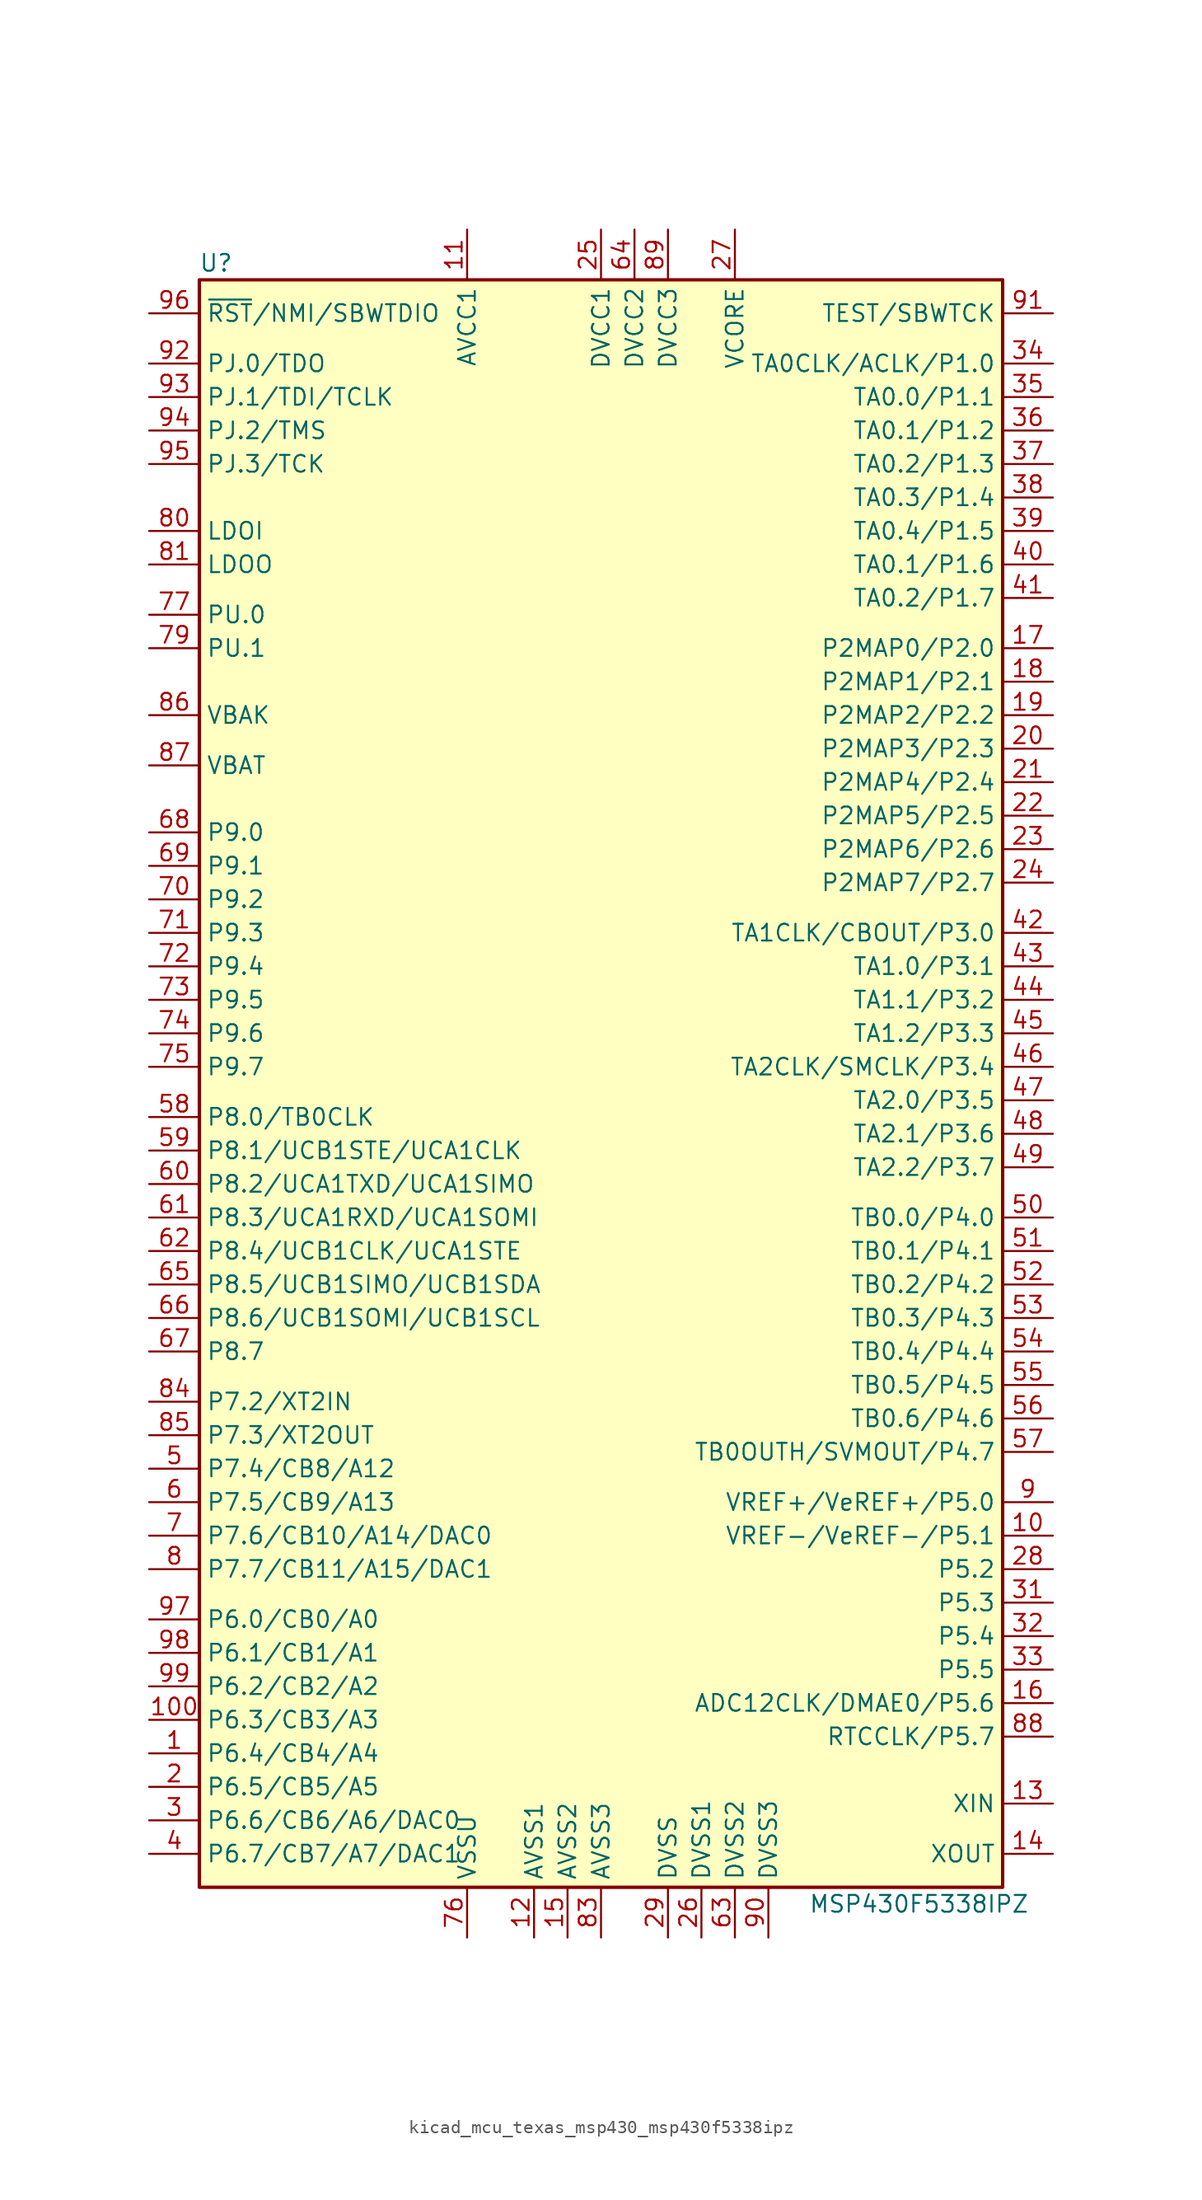
<source format=kicad_sym>
(kicad_symbol_lib
  (version 20220914)
  (generator kicad_symbol_editor)
  (symbol "kicad_mcu_texas_msp430_msp430f5338ipz"
    (property "Reference" "U"
      (at -29.21 60.96 0)
      (effects (font (size 1.27 1.27))))
    (property "Value" "MSP430F5338IPZ"
      (at 24.13 -63.5 0)
      (effects (font (size 1.27 1.27))))
    (symbol "kicad_mcu_texas_msp430_msp430f5338ipz_0_1"
      (rectangle (start -30.48 59.69) (end 30.48 -62.23) (stroke (width 0.254) (type default)) (fill (type background))))
    (symbol "kicad_mcu_texas_msp430_msp430f5338ipz_1_1"
      (pin bidirectional line (at -34.29 -52.07 0) (length 3.81) (name "P6.4/CB4/A4" (effects (font (size 1.27 1.27)))) (number "1" (effects (font (size 1.27 1.27)))))
      (pin bidirectional line (at 34.29 -35.56 180) (length 3.81) (name "VREF-/VeREF-/P5.1" (effects (font (size 1.27 1.27)))) (number "10" (effects (font (size 1.27 1.27)))))
      (pin bidirectional line (at -34.29 -49.53 0) (length 3.81) (name "P6.3/CB3/A3" (effects (font (size 1.27 1.27)))) (number "100" (effects (font (size 1.27 1.27)))))
      (pin power_in line (at -10.16 63.5 270) (length 3.81) (name "AVCC1" (effects (font (size 1.27 1.27)))) (number "11" (effects (font (size 1.27 1.27)))))
      (pin power_in line (at -5.08 -66.04 90) (length 3.81) (name "AVSS1" (effects (font (size 1.27 1.27)))) (number "12" (effects (font (size 1.27 1.27)))))
      (pin bidirectional line (at 34.29 -55.88 180) (length 3.81) (name "XIN" (effects (font (size 1.27 1.27)))) (number "13" (effects (font (size 1.27 1.27)))))
      (pin bidirectional line (at 34.29 -59.69 180) (length 3.81) (name "XOUT" (effects (font (size 1.27 1.27)))) (number "14" (effects (font (size 1.27 1.27)))))
      (pin power_in line (at -2.54 -66.04 90) (length 3.81) (name "AVSS2" (effects (font (size 1.27 1.27)))) (number "15" (effects (font (size 1.27 1.27)))))
      (pin bidirectional line (at 34.29 -48.26 180) (length 3.81) (name "ADC12CLK/DMAE0/P5.6" (effects (font (size 1.27 1.27)))) (number "16" (effects (font (size 1.27 1.27)))))
      (pin bidirectional line (at 34.29 31.75 180) (length 3.81) (name "P2MAP0/P2.0" (effects (font (size 1.27 1.27)))) (number "17" (effects (font (size 1.27 1.27)))))
      (pin bidirectional line (at 34.29 29.21 180) (length 3.81) (name "P2MAP1/P2.1" (effects (font (size 1.27 1.27)))) (number "18" (effects (font (size 1.27 1.27)))))
      (pin bidirectional line (at 34.29 26.67 180) (length 3.81) (name "P2MAP2/P2.2" (effects (font (size 1.27 1.27)))) (number "19" (effects (font (size 1.27 1.27)))))
      (pin bidirectional line (at -34.29 -54.61 0) (length 3.81) (name "P6.5/CB5/A5" (effects (font (size 1.27 1.27)))) (number "2" (effects (font (size 1.27 1.27)))))
      (pin bidirectional line (at 34.29 24.13 180) (length 3.81) (name "P2MAP3/P2.3" (effects (font (size 1.27 1.27)))) (number "20" (effects (font (size 1.27 1.27)))))
      (pin bidirectional line (at 34.29 21.59 180) (length 3.81) (name "P2MAP4/P2.4" (effects (font (size 1.27 1.27)))) (number "21" (effects (font (size 1.27 1.27)))))
      (pin bidirectional line (at 34.29 19.05 180) (length 3.81) (name "P2MAP5/P2.5" (effects (font (size 1.27 1.27)))) (number "22" (effects (font (size 1.27 1.27)))))
      (pin bidirectional line (at 34.29 16.51 180) (length 3.81) (name "P2MAP6/P2.6" (effects (font (size 1.27 1.27)))) (number "23" (effects (font (size 1.27 1.27)))))
      (pin bidirectional line (at 34.29 13.97 180) (length 3.81) (name "P2MAP7/P2.7" (effects (font (size 1.27 1.27)))) (number "24" (effects (font (size 1.27 1.27)))))
      (pin power_in line (at 0 63.5 270) (length 3.81) (name "DVCC1" (effects (font (size 1.27 1.27)))) (number "25" (effects (font (size 1.27 1.27)))))
      (pin power_in line (at 7.62 -66.04 90) (length 3.81) (name "DVSS1" (effects (font (size 1.27 1.27)))) (number "26" (effects (font (size 1.27 1.27)))))
      (pin bidirectional line (at 10.16 63.5 270) (length 3.81) (name "VCORE" (effects (font (size 1.27 1.27)))) (number "27" (effects (font (size 1.27 1.27)))))
      (pin bidirectional line (at 34.29 -38.1 180) (length 3.81) (name "P5.2" (effects (font (size 1.27 1.27)))) (number "28" (effects (font (size 1.27 1.27)))))
      (pin power_in line (at 5.08 -66.04 90) (length 3.81) (name "DVSS" (effects (font (size 1.27 1.27)))) (number "29" (effects (font (size 1.27 1.27)))))
      (pin bidirectional line (at -34.29 -57.15 0) (length 3.81) (name "P6.6/CB6/A6/DAC0" (effects (font (size 1.27 1.27)))) (number "3" (effects (font (size 1.27 1.27)))))
      (pin bidirectional line (at 34.29 -40.64 180) (length 3.81) (name "P5.3" (effects (font (size 1.27 1.27)))) (number "31" (effects (font (size 1.27 1.27)))))
      (pin bidirectional line (at 34.29 -43.18 180) (length 3.81) (name "P5.4" (effects (font (size 1.27 1.27)))) (number "32" (effects (font (size 1.27 1.27)))))
      (pin bidirectional line (at 34.29 -45.72 180) (length 3.81) (name "P5.5" (effects (font (size 1.27 1.27)))) (number "33" (effects (font (size 1.27 1.27)))))
      (pin bidirectional line (at 34.29 53.34 180) (length 3.81) (name "TA0CLK/ACLK/P1.0" (effects (font (size 1.27 1.27)))) (number "34" (effects (font (size 1.27 1.27)))))
      (pin bidirectional line (at 34.29 50.8 180) (length 3.81) (name "TA0.0/P1.1" (effects (font (size 1.27 1.27)))) (number "35" (effects (font (size 1.27 1.27)))))
      (pin bidirectional line (at 34.29 48.26 180) (length 3.81) (name "TA0.1/P1.2" (effects (font (size 1.27 1.27)))) (number "36" (effects (font (size 1.27 1.27)))))
      (pin bidirectional line (at 34.29 45.72 180) (length 3.81) (name "TA0.2/P1.3" (effects (font (size 1.27 1.27)))) (number "37" (effects (font (size 1.27 1.27)))))
      (pin bidirectional line (at 34.29 43.18 180) (length 3.81) (name "TA0.3/P1.4" (effects (font (size 1.27 1.27)))) (number "38" (effects (font (size 1.27 1.27)))))
      (pin bidirectional line (at 34.29 40.64 180) (length 3.81) (name "TA0.4/P1.5" (effects (font (size 1.27 1.27)))) (number "39" (effects (font (size 1.27 1.27)))))
      (pin bidirectional line (at -34.29 -59.69 0) (length 3.81) (name "P6.7/CB7/A7/DAC1" (effects (font (size 1.27 1.27)))) (number "4" (effects (font (size 1.27 1.27)))))
      (pin bidirectional line (at 34.29 38.1 180) (length 3.81) (name "TA0.1/P1.6" (effects (font (size 1.27 1.27)))) (number "40" (effects (font (size 1.27 1.27)))))
      (pin bidirectional line (at 34.29 35.56 180) (length 3.81) (name "TA0.2/P1.7" (effects (font (size 1.27 1.27)))) (number "41" (effects (font (size 1.27 1.27)))))
      (pin bidirectional line (at 34.29 10.16 180) (length 3.81) (name "TA1CLK/CBOUT/P3.0" (effects (font (size 1.27 1.27)))) (number "42" (effects (font (size 1.27 1.27)))))
      (pin bidirectional line (at 34.29 7.62 180) (length 3.81) (name "TA1.0/P3.1" (effects (font (size 1.27 1.27)))) (number "43" (effects (font (size 1.27 1.27)))))
      (pin bidirectional line (at 34.29 5.08 180) (length 3.81) (name "TA1.1/P3.2" (effects (font (size 1.27 1.27)))) (number "44" (effects (font (size 1.27 1.27)))))
      (pin bidirectional line (at 34.29 2.54 180) (length 3.81) (name "TA1.2/P3.3" (effects (font (size 1.27 1.27)))) (number "45" (effects (font (size 1.27 1.27)))))
      (pin bidirectional line (at 34.29 0 180) (length 3.81) (name "TA2CLK/SMCLK/P3.4" (effects (font (size 1.27 1.27)))) (number "46" (effects (font (size 1.27 1.27)))))
      (pin bidirectional line (at 34.29 -2.54 180) (length 3.81) (name "TA2.0/P3.5" (effects (font (size 1.27 1.27)))) (number "47" (effects (font (size 1.27 1.27)))))
      (pin bidirectional line (at 34.29 -5.08 180) (length 3.81) (name "TA2.1/P3.6" (effects (font (size 1.27 1.27)))) (number "48" (effects (font (size 1.27 1.27)))))
      (pin bidirectional line (at 34.29 -7.62 180) (length 3.81) (name "TA2.2/P3.7" (effects (font (size 1.27 1.27)))) (number "49" (effects (font (size 1.27 1.27)))))
      (pin bidirectional line (at -34.29 -30.48 0) (length 3.81) (name "P7.4/CB8/A12" (effects (font (size 1.27 1.27)))) (number "5" (effects (font (size 1.27 1.27)))))
      (pin bidirectional line (at 34.29 -11.43 180) (length 3.81) (name "TB0.0/P4.0" (effects (font (size 1.27 1.27)))) (number "50" (effects (font (size 1.27 1.27)))))
      (pin bidirectional line (at 34.29 -13.97 180) (length 3.81) (name "TB0.1/P4.1" (effects (font (size 1.27 1.27)))) (number "51" (effects (font (size 1.27 1.27)))))
      (pin bidirectional line (at 34.29 -16.51 180) (length 3.81) (name "TB0.2/P4.2" (effects (font (size 1.27 1.27)))) (number "52" (effects (font (size 1.27 1.27)))))
      (pin bidirectional line (at 34.29 -19.05 180) (length 3.81) (name "TB0.3/P4.3" (effects (font (size 1.27 1.27)))) (number "53" (effects (font (size 1.27 1.27)))))
      (pin bidirectional line (at 34.29 -21.59 180) (length 3.81) (name "TB0.4/P4.4" (effects (font (size 1.27 1.27)))) (number "54" (effects (font (size 1.27 1.27)))))
      (pin bidirectional line (at 34.29 -24.13 180) (length 3.81) (name "TB0.5/P4.5" (effects (font (size 1.27 1.27)))) (number "55" (effects (font (size 1.27 1.27)))))
      (pin bidirectional line (at 34.29 -26.67 180) (length 3.81) (name "TB0.6/P4.6" (effects (font (size 1.27 1.27)))) (number "56" (effects (font (size 1.27 1.27)))))
      (pin bidirectional line (at 34.29 -29.21 180) (length 3.81) (name "TB0OUTH/SVMOUT/P4.7" (effects (font (size 1.27 1.27)))) (number "57" (effects (font (size 1.27 1.27)))))
      (pin bidirectional line (at -34.29 -3.81 0) (length 3.81) (name "P8.0/TB0CLK" (effects (font (size 1.27 1.27)))) (number "58" (effects (font (size 1.27 1.27)))))
      (pin bidirectional line (at -34.29 -6.35 0) (length 3.81) (name "P8.1/UCB1STE/UCA1CLK" (effects (font (size 1.27 1.27)))) (number "59" (effects (font (size 1.27 1.27)))))
      (pin bidirectional line (at -34.29 -33.02 0) (length 3.81) (name "P7.5/CB9/A13" (effects (font (size 1.27 1.27)))) (number "6" (effects (font (size 1.27 1.27)))))
      (pin bidirectional line (at -34.29 -8.89 0) (length 3.81) (name "P8.2/UCA1TXD/UCA1SIMO" (effects (font (size 1.27 1.27)))) (number "60" (effects (font (size 1.27 1.27)))))
      (pin bidirectional line (at -34.29 -11.43 0) (length 3.81) (name "P8.3/UCA1RXD/UCA1SOMI" (effects (font (size 1.27 1.27)))) (number "61" (effects (font (size 1.27 1.27)))))
      (pin bidirectional line (at -34.29 -13.97 0) (length 3.81) (name "P8.4/UCB1CLK/UCA1STE" (effects (font (size 1.27 1.27)))) (number "62" (effects (font (size 1.27 1.27)))))
      (pin power_in line (at 10.16 -66.04 90) (length 3.81) (name "DVSS2" (effects (font (size 1.27 1.27)))) (number "63" (effects (font (size 1.27 1.27)))))
      (pin power_in line (at 2.54 63.5 270) (length 3.81) (name "DVCC2" (effects (font (size 1.27 1.27)))) (number "64" (effects (font (size 1.27 1.27)))))
      (pin bidirectional line (at -34.29 -16.51 0) (length 3.81) (name "P8.5/UCB1SIMO/UCB1SDA" (effects (font (size 1.27 1.27)))) (number "65" (effects (font (size 1.27 1.27)))))
      (pin bidirectional line (at -34.29 -19.05 0) (length 3.81) (name "P8.6/UCB1SOMI/UCB1SCL" (effects (font (size 1.27 1.27)))) (number "66" (effects (font (size 1.27 1.27)))))
      (pin bidirectional line (at -34.29 -21.59 0) (length 3.81) (name "P8.7" (effects (font (size 1.27 1.27)))) (number "67" (effects (font (size 1.27 1.27)))))
      (pin bidirectional line (at -34.29 17.78 0) (length 3.81) (name "P9.0" (effects (font (size 1.27 1.27)))) (number "68" (effects (font (size 1.27 1.27)))))
      (pin bidirectional line (at -34.29 15.24 0) (length 3.81) (name "P9.1" (effects (font (size 1.27 1.27)))) (number "69" (effects (font (size 1.27 1.27)))))
      (pin bidirectional line (at -34.29 -35.56 0) (length 3.81) (name "P7.6/CB10/A14/DAC0" (effects (font (size 1.27 1.27)))) (number "7" (effects (font (size 1.27 1.27)))))
      (pin bidirectional line (at -34.29 12.7 0) (length 3.81) (name "P9.2" (effects (font (size 1.27 1.27)))) (number "70" (effects (font (size 1.27 1.27)))))
      (pin bidirectional line (at -34.29 10.16 0) (length 3.81) (name "P9.3" (effects (font (size 1.27 1.27)))) (number "71" (effects (font (size 1.27 1.27)))))
      (pin bidirectional line (at -34.29 7.62 0) (length 3.81) (name "P9.4" (effects (font (size 1.27 1.27)))) (number "72" (effects (font (size 1.27 1.27)))))
      (pin bidirectional line (at -34.29 5.08 0) (length 3.81) (name "P9.5" (effects (font (size 1.27 1.27)))) (number "73" (effects (font (size 1.27 1.27)))))
      (pin bidirectional line (at -34.29 2.54 0) (length 3.81) (name "P9.6" (effects (font (size 1.27 1.27)))) (number "74" (effects (font (size 1.27 1.27)))))
      (pin bidirectional line (at -34.29 0 0) (length 3.81) (name "P9.7" (effects (font (size 1.27 1.27)))) (number "75" (effects (font (size 1.27 1.27)))))
      (pin power_in line (at -10.16 -66.04 90) (length 3.81) (name "VSSU" (effects (font (size 1.27 1.27)))) (number "76" (effects (font (size 1.27 1.27)))))
      (pin bidirectional line (at -34.29 34.29 0) (length 3.81) (name "PU.0" (effects (font (size 1.27 1.27)))) (number "77" (effects (font (size 1.27 1.27)))))
      (pin bidirectional line (at -34.29 31.75 0) (length 3.81) (name "PU.1" (effects (font (size 1.27 1.27)))) (number "79" (effects (font (size 1.27 1.27)))))
      (pin bidirectional line (at -34.29 -38.1 0) (length 3.81) (name "P7.7/CB11/A15/DAC1" (effects (font (size 1.27 1.27)))) (number "8" (effects (font (size 1.27 1.27)))))
      (pin bidirectional line (at -34.29 40.64 0) (length 3.81) (name "LDOI" (effects (font (size 1.27 1.27)))) (number "80" (effects (font (size 1.27 1.27)))))
      (pin bidirectional line (at -34.29 38.1 0) (length 3.81) (name "LDOO" (effects (font (size 1.27 1.27)))) (number "81" (effects (font (size 1.27 1.27)))))
      (pin power_in line (at 0 -66.04 90) (length 3.81) (name "AVSS3" (effects (font (size 1.27 1.27)))) (number "83" (effects (font (size 1.27 1.27)))))
      (pin bidirectional line (at -34.29 -25.4 0) (length 3.81) (name "P7.2/XT2IN" (effects (font (size 1.27 1.27)))) (number "84" (effects (font (size 1.27 1.27)))))
      (pin bidirectional line (at -34.29 -27.94 0) (length 3.81) (name "P7.3/XT2OUT" (effects (font (size 1.27 1.27)))) (number "85" (effects (font (size 1.27 1.27)))))
      (pin bidirectional line (at -34.29 26.67 0) (length 3.81) (name "VBAK" (effects (font (size 1.27 1.27)))) (number "86" (effects (font (size 1.27 1.27)))))
      (pin bidirectional line (at -34.29 22.86 0) (length 3.81) (name "VBAT" (effects (font (size 1.27 1.27)))) (number "87" (effects (font (size 1.27 1.27)))))
      (pin bidirectional line (at 34.29 -50.8 180) (length 3.81) (name "RTCCLK/P5.7" (effects (font (size 1.27 1.27)))) (number "88" (effects (font (size 1.27 1.27)))))
      (pin power_in line (at 5.08 63.5 270) (length 3.81) (name "DVCC3" (effects (font (size 1.27 1.27)))) (number "89" (effects (font (size 1.27 1.27)))))
      (pin bidirectional line (at 34.29 -33.02 180) (length 3.81) (name "VREF+/VeREF+/P5.0" (effects (font (size 1.27 1.27)))) (number "9" (effects (font (size 1.27 1.27)))))
      (pin power_in line (at 12.7 -66.04 90) (length 3.81) (name "DVSS3" (effects (font (size 1.27 1.27)))) (number "90" (effects (font (size 1.27 1.27)))))
      (pin input line (at 34.29 57.15 180) (length 3.81) (name "TEST/SBWTCK" (effects (font (size 1.27 1.27)))) (number "91" (effects (font (size 1.27 1.27)))))
      (pin bidirectional line (at -34.29 53.34 0) (length 3.81) (name "PJ.0/TDO" (effects (font (size 1.27 1.27)))) (number "92" (effects (font (size 1.27 1.27)))))
      (pin bidirectional line (at -34.29 50.8 0) (length 3.81) (name "PJ.1/TDI/TCLK" (effects (font (size 1.27 1.27)))) (number "93" (effects (font (size 1.27 1.27)))))
      (pin bidirectional line (at -34.29 48.26 0) (length 3.81) (name "PJ.2/TMS" (effects (font (size 1.27 1.27)))) (number "94" (effects (font (size 1.27 1.27)))))
      (pin bidirectional line (at -34.29 45.72 0) (length 3.81) (name "PJ.3/TCK" (effects (font (size 1.27 1.27)))) (number "95" (effects (font (size 1.27 1.27)))))
      (pin input line (at -34.29 57.15 0) (length 3.81) (name "~{RST}/NMI/SBWTDIO" (effects (font (size 1.27 1.27)))) (number "96" (effects (font (size 1.27 1.27)))))
      (pin bidirectional line (at -34.29 -41.91 0) (length 3.81) (name "P6.0/CB0/A0" (effects (font (size 1.27 1.27)))) (number "97" (effects (font (size 1.27 1.27)))))
      (pin bidirectional line (at -34.29 -44.45 0) (length 3.81) (name "P6.1/CB1/A1" (effects (font (size 1.27 1.27)))) (number "98" (effects (font (size 1.27 1.27)))))
      (pin bidirectional line (at -34.29 -46.99 0) (length 3.81) (name "P6.2/CB2/A2" (effects (font (size 1.27 1.27)))) (number "99" (effects (font (size 1.27 1.27))))))))
</source>
